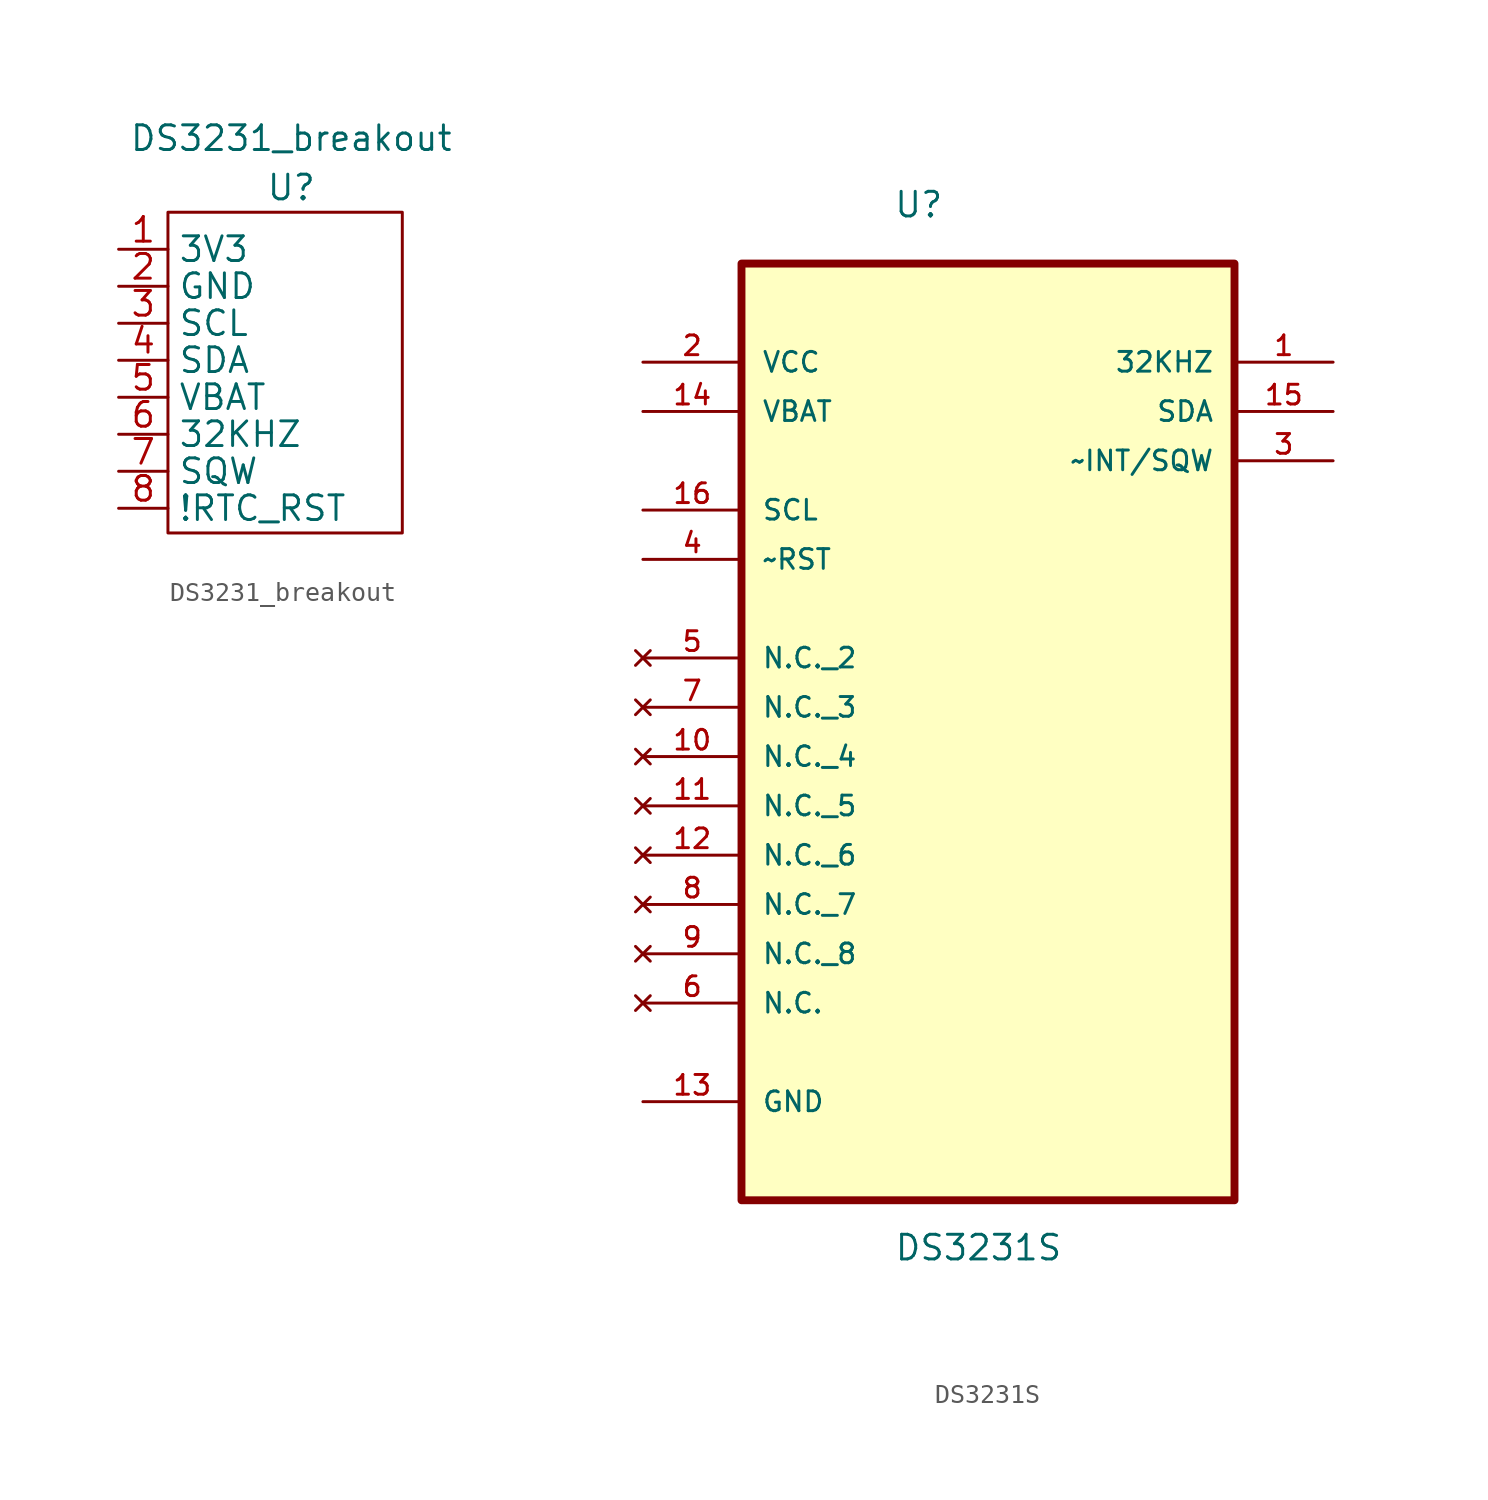
<source format=kicad_sym>
(kicad_symbol_lib
  (version 20211014)
  (generator kicad_symbol_editor)
  (symbol "DS3231_breakout"
    (property "Reference" "U"
      (at 8.89 3.175 0)
      (effects (font (size 1.27 1.27))))
    (property "Value" "DS3231_breakout"
      (at 8.89 5.715 0)
      (effects (font (size 1.27 1.27))))
    (symbol "DS3231_breakout_0_1"
      (rectangle (start 2.54 1.905) (end 14.605 -14.605) (stroke (width 0) (type default) (color 0 0 0 0)) (fill (type none))))
    (symbol "DS3231_breakout_1_1"
      (pin bidirectional line (at 0 0 0) (length 2.54) (name "3V3" (effects (font (size 1.27 1.27)))) (number "1" (effects (font (size 1.27 1.27)))))
      (pin bidirectional line (at 0 -1.905 0) (length 2.54) (name "GND" (effects (font (size 1.27 1.27)))) (number "2" (effects (font (size 1.27 1.27)))))
      (pin bidirectional line (at 0 -3.81 0) (length 2.54) (name "SCL" (effects (font (size 1.27 1.27)))) (number "3" (effects (font (size 1.27 1.27)))))
      (pin bidirectional line (at 0 -5.715 0) (length 2.54) (name "SDA" (effects (font (size 1.27 1.27)))) (number "4" (effects (font (size 1.27 1.27)))))
      (pin bidirectional line (at 0 -7.62 0) (length 2.54) (name "VBAT" (effects (font (size 1.27 1.27)))) (number "5" (effects (font (size 1.27 1.27)))))
      (pin bidirectional line (at 0 -9.525 0) (length 2.54) (name "32KHZ" (effects (font (size 1.27 1.27)))) (number "6" (effects (font (size 1.27 1.27)))))
      (pin bidirectional line (at 0 -11.43 0) (length 2.54) (name "SQW" (effects (font (size 1.27 1.27)))) (number "7" (effects (font (size 1.27 1.27)))))
      (pin bidirectional line (at 0 -13.335 0) (length 2.54) (name "!RTC_RST" (effects (font (size 1.27 1.27)))) (number "8" (effects (font (size 1.27 1.27)))))))
  (symbol "DS3231S"
    (pin_names
      (offset 1.016))
    (property "Reference" "U"
      (at -4.878 22.61 0)
      (effects (font (size 1.27 1.27)) (justify left bottom)))
    (property "Value" "DS3231S"
      (at -4.853 -31.124 0)
      (effects (font (size 1.27 1.27)) (justify left bottom)))
    (symbol "DS3231S_0_0"
      (rectangle (start -12.7 -27.94) (end 12.7 20.32) (stroke (width 0.406) (type default) (color 0 0 0 0)) (fill (type background)))
      (pin output line (at 17.78 15.24 180) (length 5.08) (name "32KHZ" (effects (font (size 1.016 1.016)))) (number "1" (effects (font (size 1.016 1.016)))))
      (pin no_connect line (at -17.78 -5.08 0) (length 5.08) (name "N.C._4" (effects (font (size 1.016 1.016)))) (number "10" (effects (font (size 1.016 1.016)))))
      (pin no_connect line (at -17.78 -7.62 0) (length 5.08) (name "N.C._5" (effects (font (size 1.016 1.016)))) (number "11" (effects (font (size 1.016 1.016)))))
      (pin no_connect line (at -17.78 -10.16 0) (length 5.08) (name "N.C._6" (effects (font (size 1.016 1.016)))) (number "12" (effects (font (size 1.016 1.016)))))
      (pin passive line (at -17.78 -22.86 0) (length 5.08) (name "GND" (effects (font (size 1.016 1.016)))) (number "13" (effects (font (size 1.016 1.016)))))
      (pin power_in line (at -17.78 12.7 0) (length 5.08) (name "VBAT" (effects (font (size 1.016 1.016)))) (number "14" (effects (font (size 1.016 1.016)))))
      (pin bidirectional line (at 17.78 12.7 180) (length 5.08) (name "SDA" (effects (font (size 1.016 1.016)))) (number "15" (effects (font (size 1.016 1.016)))))
      (pin input line (at -17.78 7.62 0) (length 5.08) (name "SCL" (effects (font (size 1.016 1.016)))) (number "16" (effects (font (size 1.016 1.016)))))
      (pin power_in line (at -17.78 15.24 0) (length 5.08) (name "VCC" (effects (font (size 1.016 1.016)))) (number "2" (effects (font (size 1.016 1.016)))))
      (pin output line (at 17.78 10.16 180) (length 5.08) (name "~INT/SQW" (effects (font (size 1.016 1.016)))) (number "3" (effects (font (size 1.016 1.016)))))
      (pin bidirectional line (at -17.78 5.08 0) (length 5.08) (name "~RST" (effects (font (size 1.016 1.016)))) (number "4" (effects (font (size 1.016 1.016)))))
      (pin no_connect line (at -17.78 0 0) (length 5.08) (name "N.C._2" (effects (font (size 1.016 1.016)))) (number "5" (effects (font (size 1.016 1.016)))))
      (pin no_connect line (at -17.78 -17.78 0) (length 5.08) (name "N.C." (effects (font (size 1.016 1.016)))) (number "6" (effects (font (size 1.016 1.016)))))
      (pin no_connect line (at -17.78 -2.54 0) (length 5.08) (name "N.C._3" (effects (font (size 1.016 1.016)))) (number "7" (effects (font (size 1.016 1.016)))))
      (pin no_connect line (at -17.78 -12.7 0) (length 5.08) (name "N.C._7" (effects (font (size 1.016 1.016)))) (number "8" (effects (font (size 1.016 1.016)))))
      (pin no_connect line (at -17.78 -15.24 0) (length 5.08) (name "N.C._8" (effects (font (size 1.016 1.016)))) (number "9" (effects (font (size 1.016 1.016))))))))
</source>
